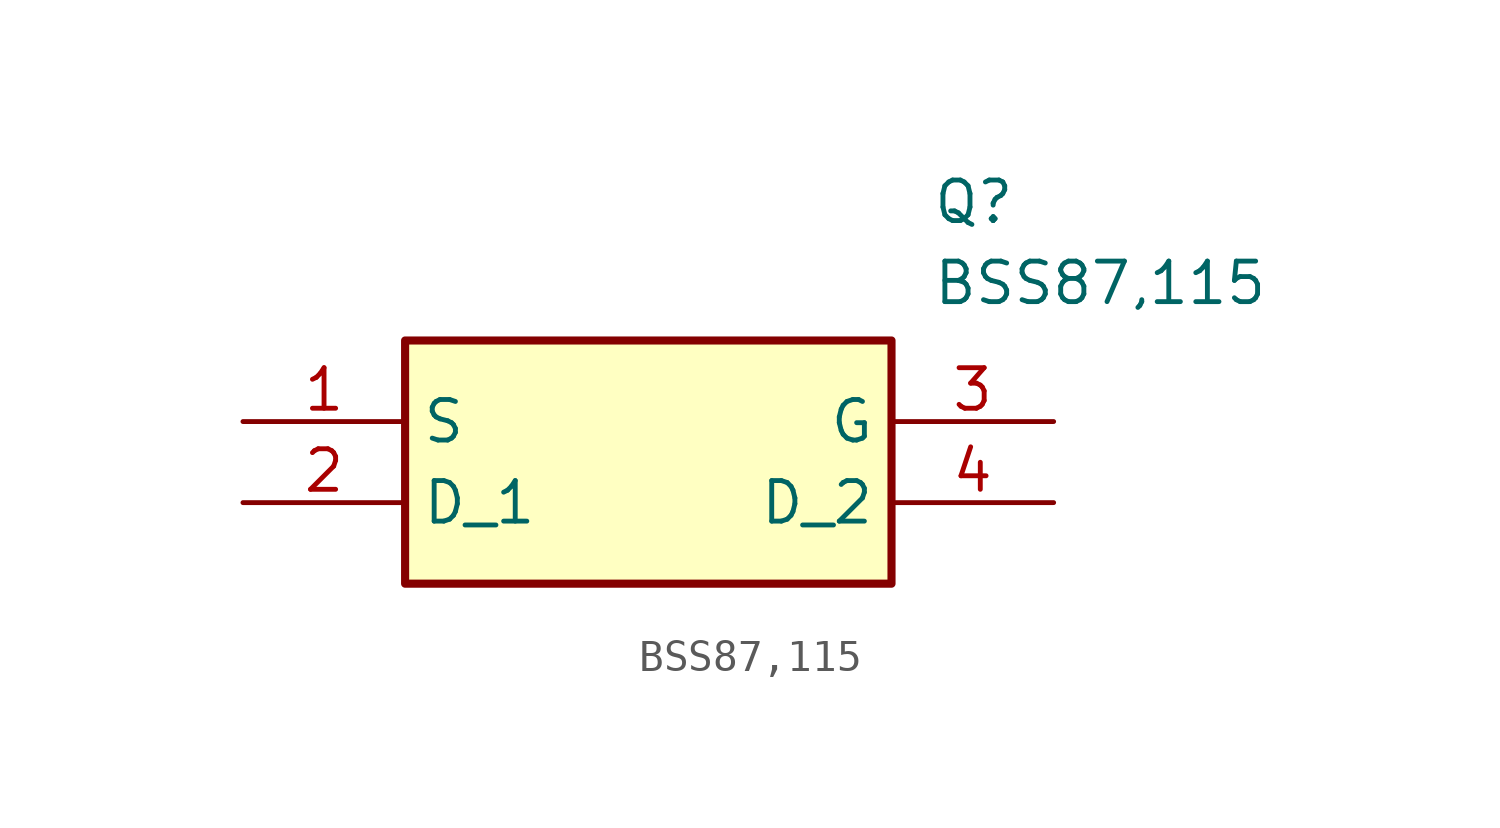
<source format=kicad_sym>
(kicad_symbol_lib
  (version 20211014)
  (generator SamacSys_ECAD_Model)
  (symbol "BSS87,115"
    (property "Reference" "Q"
      (at 21.59 7.62 0)
      (effects (font (size 1.27 1.27)) (justify left top)))
    (property "Value" "BSS87,115"
      (at 21.59 5.08 0)
      (effects (font (size 1.27 1.27)) (justify left top)))
    (rectangle
      (start 5.08 2.54)
      (end 20.32 -5.08)
      (stroke (width 0.254) (type default))
      (fill (type background)))
    (pin passive line
      (at 0 0 0)
      (length 5.08)
      (name "S" (effects (font (size 1.27 1.27))))
      (number "1" (effects (font (size 1.27 1.27)))))
    (pin passive line
      (at 0 -2.54 0)
      (length 5.08)
      (name "D_1" (effects (font (size 1.27 1.27))))
      (number "2" (effects (font (size 1.27 1.27)))))
    (pin passive line
      (at 25.4 0 180)
      (length 5.08)
      (name "G" (effects (font (size 1.27 1.27))))
      (number "3" (effects (font (size 1.27 1.27)))))
    (pin passive line
      (at 25.4 -2.54 180)
      (length 5.08)
      (name "D_2" (effects (font (size 1.27 1.27))))
      (number "4" (effects (font (size 1.27 1.27)))))))
</source>
